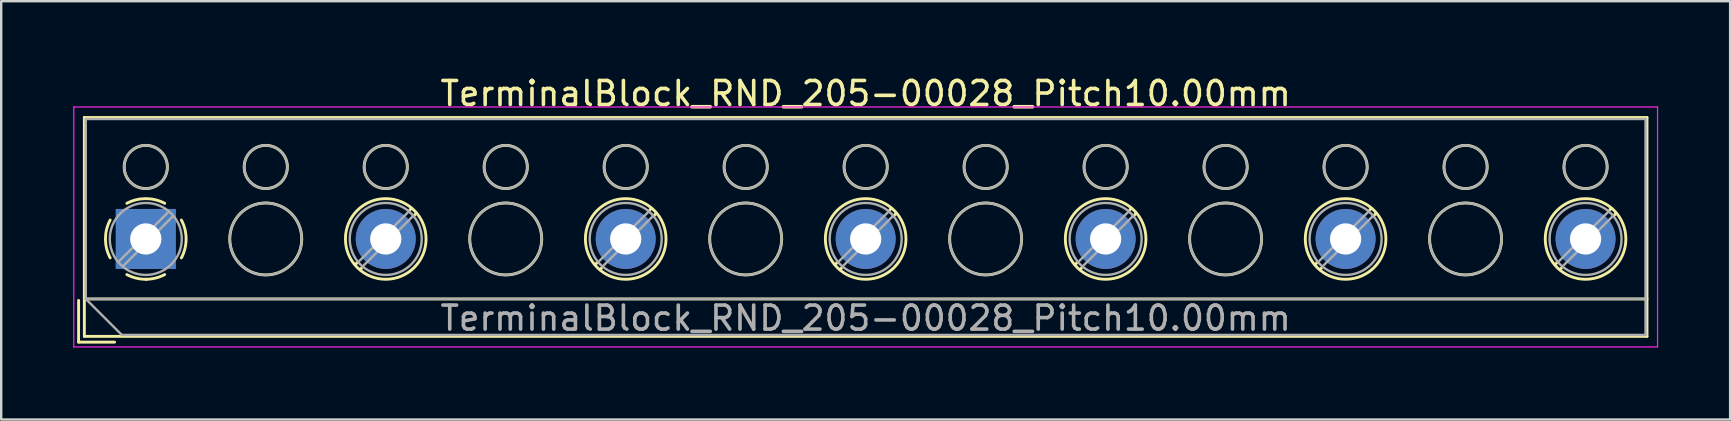
<source format=kicad_pcb>
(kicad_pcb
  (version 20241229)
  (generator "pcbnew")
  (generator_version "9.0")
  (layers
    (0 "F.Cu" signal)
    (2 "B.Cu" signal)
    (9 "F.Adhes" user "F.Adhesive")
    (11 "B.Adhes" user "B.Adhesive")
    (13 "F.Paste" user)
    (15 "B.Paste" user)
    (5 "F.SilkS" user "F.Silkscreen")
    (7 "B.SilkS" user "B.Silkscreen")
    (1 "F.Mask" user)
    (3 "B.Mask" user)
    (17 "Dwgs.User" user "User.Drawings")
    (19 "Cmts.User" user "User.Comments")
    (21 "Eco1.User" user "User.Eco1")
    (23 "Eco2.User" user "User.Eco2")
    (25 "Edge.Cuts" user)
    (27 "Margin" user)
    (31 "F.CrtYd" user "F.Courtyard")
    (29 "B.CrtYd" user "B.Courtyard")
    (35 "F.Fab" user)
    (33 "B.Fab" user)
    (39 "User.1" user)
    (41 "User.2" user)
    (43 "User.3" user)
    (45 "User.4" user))
  (footprint "TerminalBlock_RND_205-00028_Pitch10.00mm"
    (layer "F.Cu")
    (at 3.025 6.908)
    (property "Reference" "TerminalBlock_RND_205-00028_Pitch10.00mm" (at 30 -6.06 0) (layer "F.SilkS") (effects (font (size 1 1) (thickness 0.15))))
    (attr through_hole)
    (fp_line (start -2.8 2.56) (end -2.8 4.3) (stroke (width 0.12) (type solid)) (layer "F.SilkS"))
    (fp_line (start -2.8 4.3) (end -1.3 4.3) (stroke (width 0.12) (type solid)) (layer "F.SilkS"))
    (fp_line (start -2.56 -5.06) (end -2.56 4.06) (stroke (width 0.12) (type solid)) (layer "F.SilkS"))
    (fp_line (start -2.56 2.5) (end 62.56 2.5) (stroke (width 0.12) (type solid)) (layer "F.SilkS"))
    (fp_line (start -2.56 4.06) (end 62.56 4.06) (stroke (width 0.12) (type solid)) (layer "F.SilkS"))
    (fp_line (start 8.82 0.976) (end 8.726 1.069) (stroke (width 0.12) (type solid)) (layer "F.SilkS"))
    (fp_line (start 8.99 1.216) (end 8.931 1.274) (stroke (width 0.12) (type solid)) (layer "F.SilkS"))
    (fp_line (start 11.07 -1.275) (end 11.011 -1.216) (stroke (width 0.12) (type solid)) (layer "F.SilkS"))
    (fp_line (start 11.275 -1.069) (end 11.181 -0.976) (stroke (width 0.12) (type solid)) (layer "F.SilkS"))
    (fp_line (start 18.82 0.976) (end 18.726 1.069) (stroke (width 0.12) (type solid)) (layer "F.SilkS"))
    (fp_line (start 18.99 1.216) (end 18.931 1.274) (stroke (width 0.12) (type solid)) (layer "F.SilkS"))
    (fp_line (start 21.07 -1.275) (end 21.011 -1.216) (stroke (width 0.12) (type solid)) (layer "F.SilkS"))
    (fp_line (start 21.275 -1.069) (end 21.181 -0.976) (stroke (width 0.12) (type solid)) (layer "F.SilkS"))
    (fp_line (start 28.82 0.976) (end 28.726 1.069) (stroke (width 0.12) (type solid)) (layer "F.SilkS"))
    (fp_line (start 28.99 1.216) (end 28.931 1.274) (stroke (width 0.12) (type solid)) (layer "F.SilkS"))
    (fp_line (start 31.07 -1.275) (end 31.011 -1.216) (stroke (width 0.12) (type solid)) (layer "F.SilkS"))
    (fp_line (start 31.275 -1.069) (end 31.181 -0.976) (stroke (width 0.12) (type solid)) (layer "F.SilkS"))
    (fp_line (start 38.82 0.976) (end 38.726 1.069) (stroke (width 0.12) (type solid)) (layer "F.SilkS"))
    (fp_line (start 38.99 1.216) (end 38.931 1.274) (stroke (width 0.12) (type solid)) (layer "F.SilkS"))
    (fp_line (start 41.07 -1.275) (end 41.011 -1.216) (stroke (width 0.12) (type solid)) (layer "F.SilkS"))
    (fp_line (start 41.275 -1.069) (end 41.181 -0.976) (stroke (width 0.12) (type solid)) (layer "F.SilkS"))
    (fp_line (start 48.82 0.976) (end 48.726 1.069) (stroke (width 0.12) (type solid)) (layer "F.SilkS"))
    (fp_line (start 48.99 1.216) (end 48.931 1.274) (stroke (width 0.12) (type solid)) (layer "F.SilkS"))
    (fp_line (start 51.07 -1.275) (end 51.011 -1.216) (stroke (width 0.12) (type solid)) (layer "F.SilkS"))
    (fp_line (start 51.275 -1.069) (end 51.181 -0.976) (stroke (width 0.12) (type solid)) (layer "F.SilkS"))
    (fp_line (start 58.82 0.976) (end 58.726 1.069) (stroke (width 0.12) (type solid)) (layer "F.SilkS"))
    (fp_line (start 58.99 1.216) (end 58.931 1.274) (stroke (width 0.12) (type solid)) (layer "F.SilkS"))
    (fp_line (start 61.07 -1.275) (end 61.011 -1.216) (stroke (width 0.12) (type solid)) (layer "F.SilkS"))
    (fp_line (start 61.275 -1.069) (end 61.181 -0.976) (stroke (width 0.12) (type solid)) (layer "F.SilkS"))
    (fp_line (start 62.56 -5.06) (end -2.56 -5.06) (stroke (width 0.12) (type solid)) (layer "F.SilkS"))
    (fp_line (start 62.56 4.06) (end 62.56 -5.06) (stroke (width 0.12) (type solid)) (layer "F.SilkS"))
    (fp_arc (start -1.483953 0.789089) (mid -1.680708 0.00005) (end -1.484 -0.789) (stroke (width 0.12) (type solid)) (layer "F.SilkS"))
    (fp_arc (start -0.789089 -1.483953) (mid -0.00005 -1.680708) (end 0.789 -1.484) (stroke (width 0.12) (type solid)) (layer "F.SilkS"))
    (fp_arc (start 0.029383 1.68045) (mid -0.392304 1.634281) (end -0.789 1.484) (stroke (width 0.12) (type solid)) (layer "F.SilkS"))
    (fp_arc (start 0.788712 1.483352) (mid 0.406429 1.630097) (end 0 1.68) (stroke (width 0.12) (type solid)) (layer "F.SilkS"))
    (fp_arc (start 1.483953 -0.789089) (mid 1.680708 -0.00005) (end 1.484 0.789) (stroke (width 0.12) (type solid)) (layer "F.SilkS"))
    (fp_circle (center 0 -3) (end 0.9 -3) (stroke (width 0.12) (type solid)) (fill no) (layer "F.SilkS"))
    (fp_circle (center 5 -3) (end 5.9 -3) (stroke (width 0.12) (type solid)) (fill no) (layer "F.SilkS"))
    (fp_circle (center 5 0) (end 6.5 0) (stroke (width 0.12) (type solid)) (fill no) (layer "F.SilkS"))
    (fp_circle (center 10 -3) (end 10.9 -3) (stroke (width 0.12) (type solid)) (fill no) (layer "F.SilkS"))
    (fp_circle (center 10 0) (end 11.68 0) (stroke (width 0.12) (type solid)) (fill no) (layer "F.SilkS"))
    (fp_circle (center 15 -3) (end 15.9 -3) (stroke (width 0.12) (type solid)) (fill no) (layer "F.SilkS"))
    (fp_circle (center 15 0) (end 16.5 0) (stroke (width 0.12) (type solid)) (fill no) (layer "F.SilkS"))
    (fp_circle (center 20 -3) (end 20.9 -3) (stroke (width 0.12) (type solid)) (fill no) (layer "F.SilkS"))
    (fp_circle (center 20 0) (end 21.68 0) (stroke (width 0.12) (type solid)) (fill no) (layer "F.SilkS"))
    (fp_circle (center 25 -3) (end 25.9 -3) (stroke (width 0.12) (type solid)) (fill no) (layer "F.SilkS"))
    (fp_circle (center 25 0) (end 26.5 0) (stroke (width 0.12) (type solid)) (fill no) (layer "F.SilkS"))
    (fp_circle (center 30 -3) (end 30.9 -3) (stroke (width 0.12) (type solid)) (fill no) (layer "F.SilkS"))
    (fp_circle (center 30 0) (end 31.68 0) (stroke (width 0.12) (type solid)) (fill no) (layer "F.SilkS"))
    (fp_circle (center 35 -3) (end 35.9 -3) (stroke (width 0.12) (type solid)) (fill no) (layer "F.SilkS"))
    (fp_circle (center 35 0) (end 36.5 0) (stroke (width 0.12) (type solid)) (fill no) (layer "F.SilkS"))
    (fp_circle (center 40 -3) (end 40.9 -3) (stroke (width 0.12) (type solid)) (fill no) (layer "F.SilkS"))
    (fp_circle (center 40 0) (end 41.68 0) (stroke (width 0.12) (type solid)) (fill no) (layer "F.SilkS"))
    (fp_circle (center 45 -3) (end 45.9 -3) (stroke (width 0.12) (type solid)) (fill no) (layer "F.SilkS"))
    (fp_circle (center 45 0) (end 46.5 0) (stroke (width 0.12) (type solid)) (fill no) (layer "F.SilkS"))
    (fp_circle (center 50 -3) (end 50.9 -3) (stroke (width 0.12) (type solid)) (fill no) (layer "F.SilkS"))
    (fp_circle (center 50 0) (end 51.68 0) (stroke (width 0.12) (type solid)) (fill no) (layer "F.SilkS"))
    (fp_circle (center 55 -3) (end 55.9 -3) (stroke (width 0.12) (type solid)) (fill no) (layer "F.SilkS"))
    (fp_circle (center 55 0) (end 56.5 0) (stroke (width 0.12) (type solid)) (fill no) (layer "F.SilkS"))
    (fp_circle (center 60 -3) (end 60.9 -3) (stroke (width 0.12) (type solid)) (fill no) (layer "F.SilkS"))
    (fp_circle (center 60 0) (end 61.68 0) (stroke (width 0.12) (type solid)) (fill no) (layer "F.SilkS"))
    (fp_line (start -3 -5.5) (end -3 4.5) (stroke (width 0.05) (type solid)) (layer "F.CrtYd"))
    (fp_line (start -3 4.5) (end 63 4.5) (stroke (width 0.05) (type solid)) (layer "F.CrtYd"))
    (fp_line (start 63 -5.5) (end -3 -5.5) (stroke (width 0.05) (type solid)) (layer "F.CrtYd"))
    (fp_line (start 63 4.5) (end 63 -5.5) (stroke (width 0.05) (type solid)) (layer "F.CrtYd"))
    (fp_line (start -2.5 -5) (end 62.5 -5) (stroke (width 0.1) (type solid)) (layer "F.Fab"))
    (fp_line (start -2.5 2.5) (end -2.5 -5) (stroke (width 0.1) (type solid)) (layer "F.Fab"))
    (fp_line (start -2.5 2.5) (end 62.5 2.5) (stroke (width 0.1) (type solid)) (layer "F.Fab"))
    (fp_line (start -1 4) (end -2.5 2.5) (stroke (width 0.1) (type solid)) (layer "F.Fab"))
    (fp_line (start 0.955 -1.138) (end -1.138 0.955) (stroke (width 0.1) (type solid)) (layer "F.Fab"))
    (fp_line (start 1.138 -0.955) (end -0.955 1.138) (stroke (width 0.1) (type solid)) (layer "F.Fab"))
    (fp_line (start 10.955 -1.138) (end 8.863 0.955) (stroke (width 0.1) (type solid)) (layer "F.Fab"))
    (fp_line (start 11.138 -0.955) (end 9.046 1.138) (stroke (width 0.1) (type solid)) (layer "F.Fab"))
    (fp_line (start 20.955 -1.138) (end 18.863 0.955) (stroke (width 0.1) (type solid)) (layer "F.Fab"))
    (fp_line (start 21.138 -0.955) (end 19.046 1.138) (stroke (width 0.1) (type solid)) (layer "F.Fab"))
    (fp_line (start 30.955 -1.138) (end 28.863 0.955) (stroke (width 0.1) (type solid)) (layer "F.Fab"))
    (fp_line (start 31.138 -0.955) (end 29.046 1.138) (stroke (width 0.1) (type solid)) (layer "F.Fab"))
    (fp_line (start 40.955 -1.138) (end 38.863 0.955) (stroke (width 0.1) (type solid)) (layer "F.Fab"))
    (fp_line (start 41.138 -0.955) (end 39.046 1.138) (stroke (width 0.1) (type solid)) (layer "F.Fab"))
    (fp_line (start 50.955 -1.138) (end 48.863 0.955) (stroke (width 0.1) (type solid)) (layer "F.Fab"))
    (fp_line (start 51.138 -0.955) (end 49.046 1.138) (stroke (width 0.1) (type solid)) (layer "F.Fab"))
    (fp_line (start 60.955 -1.138) (end 58.863 0.955) (stroke (width 0.1) (type solid)) (layer "F.Fab"))
    (fp_line (start 61.138 -0.955) (end 59.046 1.138) (stroke (width 0.1) (type solid)) (layer "F.Fab"))
    (fp_line (start 62.5 -5) (end 62.5 4) (stroke (width 0.1) (type solid)) (layer "F.Fab"))
    (fp_line (start 62.5 4) (end -1 4) (stroke (width 0.1) (type solid)) (layer "F.Fab"))
    (fp_circle (center 0 -3) (end 0.9 -3) (stroke (width 0.1) (type solid)) (fill no) (layer "F.Fab"))
    (fp_circle (center 0 0) (end 1.5 0) (stroke (width 0.1) (type solid)) (fill no) (layer "F.Fab"))
    (fp_circle (center 5 -3) (end 5.9 -3) (stroke (width 0.1) (type solid)) (fill no) (layer "F.Fab"))
    (fp_circle (center 5 0) (end 6.5 0) (stroke (width 0.1) (type solid)) (fill no) (layer "F.Fab"))
    (fp_circle (center 10 -3) (end 10.9 -3) (stroke (width 0.1) (type solid)) (fill no) (layer "F.Fab"))
    (fp_circle (center 10 0) (end 11.5 0) (stroke (width 0.1) (type solid)) (fill no) (layer "F.Fab"))
    (fp_circle (center 15 -3) (end 15.9 -3) (stroke (width 0.1) (type solid)) (fill no) (layer "F.Fab"))
    (fp_circle (center 15 0) (end 16.5 0) (stroke (width 0.1) (type solid)) (fill no) (layer "F.Fab"))
    (fp_circle (center 20 -3) (end 20.9 -3) (stroke (width 0.1) (type solid)) (fill no) (layer "F.Fab"))
    (fp_circle (center 20 0) (end 21.5 0) (stroke (width 0.1) (type solid)) (fill no) (layer "F.Fab"))
    (fp_circle (center 25 -3) (end 25.9 -3) (stroke (width 0.1) (type solid)) (fill no) (layer "F.Fab"))
    (fp_circle (center 25 0) (end 26.5 0) (stroke (width 0.1) (type solid)) (fill no) (layer "F.Fab"))
    (fp_circle (center 30 -3) (end 30.9 -3) (stroke (width 0.1) (type solid)) (fill no) (layer "F.Fab"))
    (fp_circle (center 30 0) (end 31.5 0) (stroke (width 0.1) (type solid)) (fill no) (layer "F.Fab"))
    (fp_circle (center 35 -3) (end 35.9 -3) (stroke (width 0.1) (type solid)) (fill no) (layer "F.Fab"))
    (fp_circle (center 35 0) (end 36.5 0) (stroke (width 0.1) (type solid)) (fill no) (layer "F.Fab"))
    (fp_circle (center 40 -3) (end 40.9 -3) (stroke (width 0.1) (type solid)) (fill no) (layer "F.Fab"))
    (fp_circle (center 40 0) (end 41.5 0) (stroke (width 0.1) (type solid)) (fill no) (layer "F.Fab"))
    (fp_circle (center 45 -3) (end 45.9 -3) (stroke (width 0.1) (type solid)) (fill no) (layer "F.Fab"))
    (fp_circle (center 45 0) (end 46.5 0) (stroke (width 0.1) (type solid)) (fill no) (layer "F.Fab"))
    (fp_circle (center 50 -3) (end 50.9 -3) (stroke (width 0.1) (type solid)) (fill no) (layer "F.Fab"))
    (fp_circle (center 50 0) (end 51.5 0) (stroke (width 0.1) (type solid)) (fill no) (layer "F.Fab"))
    (fp_circle (center 55 -3) (end 55.9 -3) (stroke (width 0.1) (type solid)) (fill no) (layer "F.Fab"))
    (fp_circle (center 55 0) (end 56.5 0) (stroke (width 0.1) (type solid)) (fill no) (layer "F.Fab"))
    (fp_circle (center 60 -3) (end 60.9 -3) (stroke (width 0.1) (type solid)) (fill no) (layer "F.Fab"))
    (fp_circle (center 60 0) (end 61.5 0) (stroke (width 0.1) (type solid)) (fill no) (layer "F.Fab"))
    (fp_text user "${REFERENCE}" (at 30 3.3 0) (layer "F.Fab") (effects (font (size 1 1) (thickness 0.15))))
    (pad "1" thru_hole rect (at 0 0) (size 2.5 2.5) (drill 1.3) (layers "*.Cu" "*.Mask"))
    (pad "2" thru_hole circle (at 10 0) (size 2.5 2.5) (drill 1.3) (layers "*.Cu" "*.Mask"))
    (pad "3" thru_hole circle (at 20 0) (size 2.5 2.5) (drill 1.3) (layers "*.Cu" "*.Mask"))
    (pad "4" thru_hole circle (at 30 0) (size 2.5 2.5) (drill 1.3) (layers "*.Cu" "*.Mask"))
    (pad "5" thru_hole circle (at 40 0) (size 2.5 2.5) (drill 1.3) (layers "*.Cu" "*.Mask"))
    (pad "6" thru_hole circle (at 50 0) (size 2.5 2.5) (drill 1.3) (layers "*.Cu" "*.Mask"))
    (pad "7" thru_hole circle (at 60 0) (size 2.5 2.5) (drill 1.3) (layers "*.Cu" "*.Mask")))
  (gr_rect
    (start -3 -3)
    (end 69.05 14.433)
    (stroke (width 0.1) (type default))
    (fill no)
    (layer "Edge.Cuts")))
</source>
